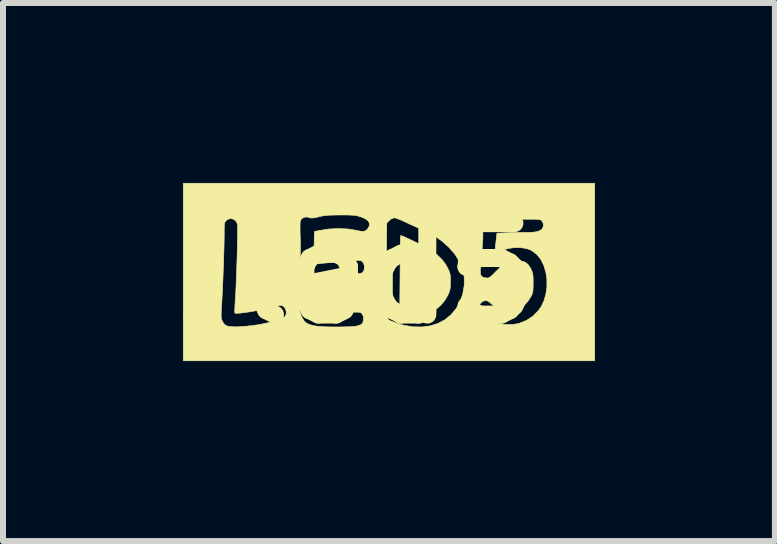
<source format=kicad_pcb>
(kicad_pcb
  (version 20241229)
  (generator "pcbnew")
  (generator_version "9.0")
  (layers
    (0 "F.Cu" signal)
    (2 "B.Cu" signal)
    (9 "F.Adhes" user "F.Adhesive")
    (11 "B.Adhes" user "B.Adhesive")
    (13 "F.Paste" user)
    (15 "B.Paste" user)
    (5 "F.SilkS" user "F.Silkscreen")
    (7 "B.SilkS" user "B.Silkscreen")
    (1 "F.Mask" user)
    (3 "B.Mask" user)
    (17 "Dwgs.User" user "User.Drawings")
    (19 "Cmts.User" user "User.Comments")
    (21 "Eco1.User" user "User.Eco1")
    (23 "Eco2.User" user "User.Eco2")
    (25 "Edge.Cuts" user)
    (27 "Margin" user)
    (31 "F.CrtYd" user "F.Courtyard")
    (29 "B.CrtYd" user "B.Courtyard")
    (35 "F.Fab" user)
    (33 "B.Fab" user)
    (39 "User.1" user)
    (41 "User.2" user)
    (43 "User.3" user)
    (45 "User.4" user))
  (footprint "led5"
    (layer "F.Cu")
    (at 3.421 1.505)
    (property "Reference" "led5" (at 0 0 0) (layer "F.SilkS") (effects (font (size 1.524 1.524) (thickness 0.3))))
    (attr through_hole)
    (fp_poly (pts (xy 0.222 -0.625) (xy 0.256 -0.612) (xy 0.305 -0.59) (xy 0.365 -0.562) (xy 0.432 -0.53) (xy 0.502 -0.495) (xy 0.571 -0.46) (xy 0.633 -0.426) (xy 0.686 -0.396) (xy 0.725 -0.372) (xy 0.726 -0.372) (xy 0.822 -0.301) (xy 0.897 -0.229) (xy 0.957 -0.149) (xy 0.995 -0.081) (xy 1.015 -0.038) (xy 1.028 -0.003) (xy 1.035 0.034) (xy 1.038 0.081) (xy 1.038 0.14) (xy 1.038 0.205) (xy 1.034 0.251) (xy 1.027 0.289) (xy 1.013 0.327) (xy 0.996 0.365) (xy 0.946 0.451) (xy 0.884 0.526) (xy 0.817 0.585) (xy 0.764 0.615) (xy 0.675 0.643) (xy 0.572 0.661) (xy 0.464 0.667) (xy 0.363 0.66) (xy 0.337 0.655) (xy 0.289 0.642) (xy 0.244 0.624) (xy 0.236 0.619) (xy 0.194 0.595) (xy 0.199 -0.014) (xy 0.2 -0.139) (xy 0.201 -0.256) (xy 0.203 -0.361) (xy 0.204 -0.453) (xy 0.205 -0.528) (xy 0.206 -0.584) (xy 0.207 -0.618) (xy 0.208 -0.627) (xy 0.222 -0.625)) (stroke (width 0.01) (type solid)) (fill yes) (layer "F.SilkS"))
    (fp_poly (pts (xy 3.443 1.46) (xy -3.416 1.46) (xy -3.416 0.7) (xy -2.784 0.7) (xy -2.783 0.735) (xy -2.779 0.76) (xy -2.773 0.78) (xy -2.765 0.799) (xy -2.742 0.837) (xy -2.715 0.864) (xy -2.679 0.882) (xy -2.628 0.891) (xy -2.56 0.894) (xy -2.472 0.892) (xy -2.383 0.886) (xy -2.283 0.875) (xy -2.186 0.862) (xy -2.127 0.852) (xy -2.021 0.83) (xy -1.925 0.806) (xy -1.843 0.781) (xy -1.778 0.756) (xy -1.734 0.734) (xy -1.72 0.722) (xy -1.7 0.684) (xy -1.699 0.638) (xy -1.712 0.594) (xy -1.738 0.558) (xy -1.773 0.538) (xy -1.789 0.536) (xy -1.813 0.539) (xy -1.856 0.548) (xy -1.915 0.561) (xy -1.982 0.578) (xy -2.004 0.583) (xy -2.075 0.6) (xy -2.153 0.616) (xy -2.235 0.631) (xy -2.317 0.645) (xy -2.393 0.656) (xy -2.459 0.664) (xy -2.512 0.668) (xy -2.545 0.668) (xy -2.555 0.665) (xy -2.557 0.649) (xy -2.557 0.611) (xy -2.555 0.556) (xy -2.551 0.488) (xy -2.548 0.438) (xy -2.543 0.371) (xy -2.539 0.291) (xy -1.495 0.291) (xy -1.494 0.388) (xy -1.492 0.472) (xy -1.488 0.537) (xy -1.487 0.548) (xy -1.469 0.644) (xy -1.441 0.726) (xy -1.405 0.79) (xy -1.363 0.831) (xy -1.357 0.834) (xy -1.313 0.855) (xy -1.257 0.871) (xy -1.188 0.883) (xy -1.101 0.891) (xy -0.994 0.895) (xy -0.884 0.896) (xy -0.797 0.896) (xy -0.713 0.894) (xy -0.639 0.892) (xy -0.581 0.888) (xy -0.544 0.885) (xy -0.497 0.874) (xy -0.459 0.86) (xy -0.442 0.85) (xy -0.418 0.814) (xy -0.41 0.767) (xy -0.415 0.718) (xy -0.433 0.677) (xy -0.457 0.656) (xy -0.48 0.651) (xy -0.531 0.649) (xy -0.607 0.65) (xy -0.71 0.654) (xy -0.787 0.657) (xy -0.879 0.661) (xy -0.965 0.663) (xy -1.042 0.665) (xy -1.104 0.665) (xy -1.146 0.664) (xy -1.156 0.663) (xy -1.191 0.656) (xy -1.218 0.646) (xy -1.238 0.629) (xy -1.251 0.602) (xy -1.259 0.56) (xy -1.264 0.502) (xy -1.264 0.478) (xy -0.035 0.478) (xy -0.034 0.56) (xy -0.032 0.625) (xy -0.029 0.676) (xy -0.023 0.714) (xy -0.015 0.743) (xy -0.005 0.763) (xy 0.008 0.777) (xy 0.024 0.787) (xy 0.044 0.796) (xy 0.067 0.804) (xy 0.089 0.813) (xy 0.247 0.865) (xy 0.408 0.893) (xy 0.568 0.896) (xy 0.703 0.877) (xy 0.832 0.837) (xy 0.948 0.775) (xy 1.048 0.693) (xy 1.132 0.593) (xy 1.162 0.541) (xy 1.52 0.541) (xy 1.52 0.587) (xy 1.539 0.627) (xy 1.572 0.674) (xy 1.615 0.722) (xy 1.661 0.762) (xy 1.675 0.772) (xy 1.757 0.813) (xy 1.854 0.841) (xy 1.96 0.856) (xy 2.067 0.856) (xy 2.166 0.841) (xy 2.185 0.836) (xy 2.308 0.786) (xy 2.415 0.715) (xy 2.505 0.623) (xy 2.548 0.563) (xy 2.596 0.466) (xy 2.629 0.352) (xy 2.647 0.23) (xy 2.647 0.104) (xy 2.633 0.001) (xy 2.597 -0.126) (xy 2.545 -0.231) (xy 2.477 -0.315) (xy 2.393 -0.378) (xy 2.379 -0.385) (xy 2.3 -0.413) (xy 2.206 -0.427) (xy 2.104 -0.427) (xy 2.001 -0.412) (xy 1.904 -0.385) (xy 1.837 -0.355) (xy 1.803 -0.336) (xy 1.781 -0.324) (xy 1.776 -0.322) (xy 1.777 -0.334) (xy 1.78 -0.368) (xy 1.786 -0.419) (xy 1.793 -0.482) (xy 1.794 -0.494) (xy 1.814 -0.667) (xy 2.002 -0.675) (xy 2.085 -0.678) (xy 2.172 -0.68) (xy 2.252 -0.681) (xy 2.317 -0.68) (xy 2.318 -0.68) (xy 2.412 -0.683) (xy 2.484 -0.694) (xy 2.536 -0.713) (xy 2.566 -0.737) (xy 2.587 -0.778) (xy 2.587 -0.825) (xy 2.567 -0.867) (xy 2.561 -0.874) (xy 2.553 -0.882) (xy 2.544 -0.888) (xy 2.53 -0.892) (xy 2.508 -0.896) (xy 2.478 -0.898) (xy 2.434 -0.9) (xy 2.375 -0.9) (xy 2.298 -0.9) (xy 2.199 -0.9) (xy 2.077 -0.899) (xy 2.067 -0.899) (xy 1.957 -0.898) (xy 1.856 -0.896) (xy 1.765 -0.894) (xy 1.689 -0.891) (xy 1.63 -0.889) (xy 1.592 -0.886) (xy 1.579 -0.883) (xy 1.555 -0.861) (xy 1.549 -0.827) (xy 1.561 -0.777) (xy 1.561 -0.776) (xy 1.571 -0.74) (xy 1.577 -0.696) (xy 1.58 -0.641) (xy 1.578 -0.572) (xy 1.573 -0.486) (xy 1.564 -0.378) (xy 1.554 -0.279) (xy 1.544 -0.178) (xy 1.538 -0.1) (xy 1.536 -0.042) (xy 1.538 0.000253) (xy 1.545 0.029) (xy 1.557 0.049) (xy 1.573 0.063) (xy 1.579 0.066) (xy 1.612 0.076) (xy 1.65 0.08) (xy 1.671 0.078) (xy 1.694 0.068) (xy 1.721 0.047) (xy 1.757 0.013) (xy 1.802 -0.033) (xy 1.87 -0.1) (xy 1.93 -0.148) (xy 1.987 -0.18) (xy 2.046 -0.198) (xy 2.115 -0.206) (xy 2.143 -0.206) (xy 2.222 -0.202) (xy 2.282 -0.184) (xy 2.328 -0.15) (xy 2.367 -0.095) (xy 2.381 -0.07) (xy 2.397 -0.034) (xy 2.408 -0.002) (xy 2.414 0.033) (xy 2.417 0.078) (xy 2.418 0.141) (xy 2.418 0.161) (xy 2.417 0.231) (xy 2.415 0.281) (xy 2.409 0.318) (xy 2.4 0.349) (xy 2.387 0.378) (xy 2.327 0.473) (xy 2.252 0.548) (xy 2.165 0.601) (xy 2.07 0.632) (xy 1.968 0.638) (xy 1.908 0.629) (xy 1.865 0.618) (xy 1.83 0.603) (xy 1.794 0.577) (xy 1.75 0.536) (xy 1.748 0.534) (xy 1.701 0.492) (xy 1.666 0.467) (xy 1.638 0.457) (xy 1.627 0.456) (xy 1.578 0.468) (xy 1.541 0.499) (xy 1.52 0.541) (xy 1.162 0.541) (xy 1.198 0.477) (xy 1.244 0.348) (xy 1.268 0.207) (xy 1.269 0.181) (xy 1.269 0.07) (xy 1.252 -0.032) (xy 1.217 -0.133) (xy 1.187 -0.197) (xy 1.115 -0.314) (xy 1.02 -0.425) (xy 0.906 -0.529) (xy 0.777 -0.621) (xy 0.637 -0.698) (xy 0.549 -0.736) (xy 0.496 -0.758) (xy 0.428 -0.788) (xy 0.354 -0.821) (xy 0.295 -0.85) (xy 0.233 -0.878) (xy 0.176 -0.902) (xy 0.131 -0.918) (xy 0.103 -0.924) (xy 0.102 -0.924) (xy 0.059 -0.911) (xy 0.021 -0.881) (xy -0.023 -0.837) (xy -0.03 -0.054) (xy -0.032 0.114) (xy -0.034 0.258) (xy -0.035 0.378) (xy -0.035 0.478) (xy -1.264 0.478) (xy -1.266 0.422) (xy -1.266 0.34) (xy -1.266 0.262) (xy -1.265 0.193) (xy -1.263 0.139) (xy -1.261 0.103) (xy -1.259 0.089) (xy -1.245 0.087) (xy -1.207 0.082) (xy -1.149 0.076) (xy -1.075 0.068) (xy -0.987 0.06) (xy -0.889 0.051) (xy -0.858 0.048) (xy -0.728 0.036) (xy -0.623 0.025) (xy -0.542 0.016) (xy -0.484 0.007) (xy -0.447 -0.001) (xy -0.433 -0.007) (xy -0.407 -0.038) (xy -0.395 -0.082) (xy -0.397 -0.129) (xy -0.413 -0.172) (xy -0.44 -0.202) (xy -0.449 -0.206) (xy -0.47 -0.211) (xy -0.502 -0.213) (xy -0.548 -0.213) (xy -0.61 -0.21) (xy -0.692 -0.204) (xy -0.795 -0.194) (xy -0.922 -0.182) (xy -0.924 -0.182) (xy -1.013 -0.173) (xy -1.092 -0.166) (xy -1.158 -0.16) (xy -1.207 -0.155) (xy -1.235 -0.153) (xy -1.241 -0.152) (xy -1.241 -0.166) (xy -1.24 -0.202) (xy -1.239 -0.256) (xy -1.238 -0.326) (xy -1.236 -0.406) (xy -1.235 -0.425) (xy -1.229 -0.695) (xy -1.163 -0.709) (xy -0.996 -0.736) (xy -0.828 -0.745) (xy -0.666 -0.737) (xy -0.538 -0.716) (xy -0.471 -0.702) (xy -0.423 -0.697) (xy -0.389 -0.702) (xy -0.362 -0.718) (xy -0.343 -0.738) (xy -0.314 -0.787) (xy -0.311 -0.832) (xy -0.334 -0.873) (xy -0.382 -0.909) (xy -0.456 -0.94) (xy -0.46 -0.941) (xy -0.498 -0.952) (xy -0.534 -0.96) (xy -0.575 -0.966) (xy -0.624 -0.969) (xy -0.688 -0.971) (xy -0.771 -0.971) (xy -0.797 -0.971) (xy -0.891 -0.97) (xy -0.963 -0.968) (xy -1.022 -0.965) (xy -1.071 -0.959) (xy -1.118 -0.95) (xy -1.156 -0.941) (xy -1.222 -0.926) (xy -1.267 -0.92) (xy -1.294 -0.922) (xy -1.3 -0.924) (xy -1.348 -0.938) (xy -1.397 -0.934) (xy -1.438 -0.912) (xy -1.445 -0.903) (xy -1.454 -0.89) (xy -1.461 -0.876) (xy -1.466 -0.856) (xy -1.468 -0.826) (xy -1.469 -0.783) (xy -1.469 -0.723) (xy -1.467 -0.642) (xy -1.465 -0.585) (xy -1.464 -0.483) (xy -1.464 -0.385) (xy -1.465 -0.298) (xy -1.469 -0.228) (xy -1.472 -0.188) (xy -1.479 -0.113) (xy -1.486 -0.022) (xy -1.49 0.08) (xy -1.493 0.186) (xy -1.495 0.291) (xy -2.539 0.291) (xy -2.539 0.288) (xy -2.534 0.191) (xy -2.53 0.083) (xy -2.526 -0.031) (xy -2.522 -0.148) (xy -2.518 -0.265) (xy -2.515 -0.38) (xy -2.513 -0.488) (xy -2.511 -0.586) (xy -2.51 -0.671) (xy -2.509 -0.74) (xy -2.51 -0.789) (xy -2.512 -0.815) (xy -2.512 -0.817) (xy -2.535 -0.866) (xy -2.573 -0.898) (xy -2.618 -0.911) (xy -2.665 -0.902) (xy -2.7 -0.878) (xy -2.713 -0.864) (xy -2.722 -0.848) (xy -2.728 -0.827) (xy -2.731 -0.794) (xy -2.733 -0.745) (xy -2.733 -0.675) (xy -2.733 -0.66) (xy -2.734 -0.567) (xy -2.736 -0.452) (xy -2.74 -0.322) (xy -2.744 -0.18) (xy -2.75 -0.033) (xy -2.755 0.114) (xy -2.762 0.255) (xy -2.768 0.386) (xy -2.774 0.498) (xy -2.78 0.586) (xy -2.783 0.652) (xy -2.784 0.7) (xy -3.416 0.7) (xy -3.416 -1.5) (xy 3.443 -1.5) (xy 3.443 1.46)) (stroke (width 0.01) (type solid)) (fill yes) (layer "F.SilkS")))
  (gr_rect
    (start -3 -3)
    (end 9.869 5.971)
    (stroke (width 0.1) (type default))
    (fill no)
    (layer "Edge.Cuts")))
</source>
